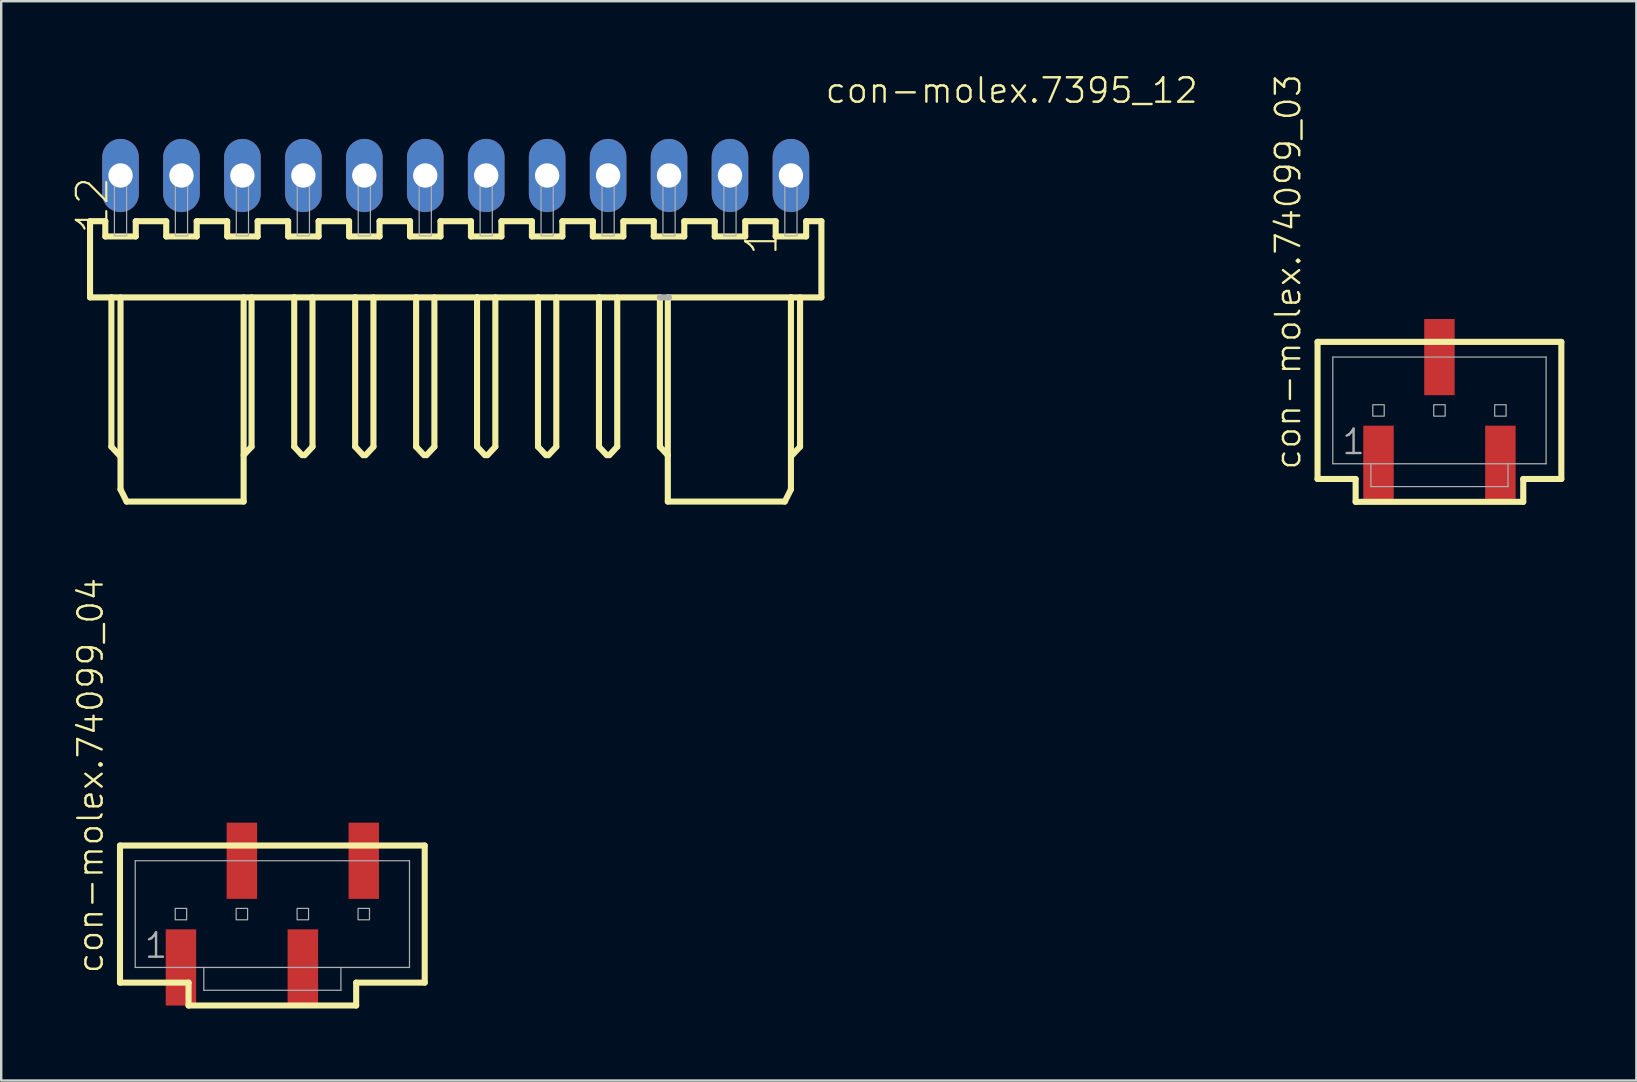
<source format=kicad_pcb>
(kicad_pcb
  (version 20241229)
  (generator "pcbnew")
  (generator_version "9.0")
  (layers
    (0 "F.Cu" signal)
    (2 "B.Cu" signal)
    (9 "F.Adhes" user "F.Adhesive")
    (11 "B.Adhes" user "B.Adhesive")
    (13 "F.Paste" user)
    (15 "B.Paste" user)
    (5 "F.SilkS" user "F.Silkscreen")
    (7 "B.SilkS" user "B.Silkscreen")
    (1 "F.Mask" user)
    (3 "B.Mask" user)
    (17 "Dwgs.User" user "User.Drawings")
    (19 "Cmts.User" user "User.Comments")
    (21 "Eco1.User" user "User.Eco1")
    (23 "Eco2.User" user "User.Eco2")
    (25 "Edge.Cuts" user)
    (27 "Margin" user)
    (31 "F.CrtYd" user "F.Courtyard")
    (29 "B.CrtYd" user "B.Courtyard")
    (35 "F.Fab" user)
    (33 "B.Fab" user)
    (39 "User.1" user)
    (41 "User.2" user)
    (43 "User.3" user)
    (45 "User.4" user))
  (footprint "con-molex.7395_12"
    (layer "F.Cu")
    (at 15.943 4.264)
    (property "Reference" "con-molex.7395_12" (at 15.34 -2.948 180) (layer "F.SilkS") (effects (font (size 1.016 1.016) (thickness 0.1)) (justify left bottom)))
    (attr through_hole)
    (fp_line (start -15.24 1.905) (end -15.24 5.08) (stroke (width 0.254) (type default)) (layer "F.SilkS"))
    (fp_line (start -15.24 5.08) (end -14.351 5.08) (stroke (width 0.254) (type default)) (layer "F.SilkS"))
    (fp_line (start -14.605 1.905) (end -15.24 1.905) (stroke (width 0.254) (type default)) (layer "F.SilkS"))
    (fp_line (start -14.605 2.54) (end -14.605 1.905) (stroke (width 0.254) (type default)) (layer "F.SilkS"))
    (fp_line (start -14.351 5.08) (end -14.351 11.303) (stroke (width 0.254) (type default)) (layer "F.SilkS"))
    (fp_line (start -14.351 5.08) (end -6.731 5.08) (stroke (width 0.254) (type default)) (layer "F.SilkS"))
    (fp_line (start -14.351 11.303) (end -14.021 11.659) (stroke (width 0.254) (type default)) (layer "F.SilkS"))
    (fp_line (start -13.97 5.08) (end -13.97 13.081) (stroke (width 0.254) (type default)) (layer "F.SilkS"))
    (fp_line (start -13.97 13.081) (end -13.716 13.589) (stroke (width 0.254) (type default)) (layer "F.SilkS"))
    (fp_line (start -13.716 13.589) (end -8.839 13.589) (stroke (width 0.254) (type default)) (layer "F.SilkS"))
    (fp_line (start -13.335 1.905) (end -13.335 2.54) (stroke (width 0.254) (type default)) (layer "F.SilkS"))
    (fp_line (start -13.335 2.54) (end -14.605 2.54) (stroke (width 0.254) (type default)) (layer "F.SilkS"))
    (fp_line (start -12.065 1.905) (end -13.335 1.905) (stroke (width 0.254) (type default)) (layer "F.SilkS"))
    (fp_line (start -12.065 2.54) (end -12.065 1.905) (stroke (width 0.254) (type default)) (layer "F.SilkS"))
    (fp_line (start -10.795 1.905) (end -10.795 2.54) (stroke (width 0.254) (type default)) (layer "F.SilkS"))
    (fp_line (start -10.795 2.54) (end -12.065 2.54) (stroke (width 0.254) (type default)) (layer "F.SilkS"))
    (fp_line (start -9.525 1.905) (end -10.795 1.905) (stroke (width 0.254) (type default)) (layer "F.SilkS"))
    (fp_line (start -9.525 2.54) (end -9.525 1.905) (stroke (width 0.254) (type default)) (layer "F.SilkS"))
    (fp_line (start -8.839 13.589) (end -8.839 5.08) (stroke (width 0.254) (type default)) (layer "F.SilkS"))
    (fp_line (start -8.509 5.08) (end -8.509 11.303) (stroke (width 0.254) (type default)) (layer "F.SilkS"))
    (fp_line (start -8.509 11.303) (end -8.839 11.659) (stroke (width 0.254) (type default)) (layer "F.SilkS"))
    (fp_line (start -8.255 1.905) (end -8.255 2.54) (stroke (width 0.254) (type default)) (layer "F.SilkS"))
    (fp_line (start -8.255 2.54) (end -9.525 2.54) (stroke (width 0.254) (type default)) (layer "F.SilkS"))
    (fp_line (start -6.985 1.905) (end -8.255 1.905) (stroke (width 0.254) (type default)) (layer "F.SilkS"))
    (fp_line (start -6.985 2.54) (end -6.985 1.905) (stroke (width 0.254) (type default)) (layer "F.SilkS"))
    (fp_line (start -6.731 5.08) (end -6.731 11.303) (stroke (width 0.254) (type default)) (layer "F.SilkS"))
    (fp_line (start -6.731 5.08) (end -4.191 5.08) (stroke (width 0.254) (type default)) (layer "F.SilkS"))
    (fp_line (start -6.731 11.303) (end -6.401 11.659) (stroke (width 0.254) (type default)) (layer "F.SilkS"))
    (fp_line (start -5.969 5.08) (end -5.969 11.303) (stroke (width 0.254) (type default)) (layer "F.SilkS"))
    (fp_line (start -5.969 11.303) (end -6.299 11.659) (stroke (width 0.254) (type default)) (layer "F.SilkS"))
    (fp_line (start -5.715 1.905) (end -5.715 2.54) (stroke (width 0.254) (type default)) (layer "F.SilkS"))
    (fp_line (start -5.715 2.54) (end -6.985 2.54) (stroke (width 0.254) (type default)) (layer "F.SilkS"))
    (fp_line (start -4.445 1.905) (end -5.715 1.905) (stroke (width 0.254) (type default)) (layer "F.SilkS"))
    (fp_line (start -4.445 2.54) (end -4.445 1.905) (stroke (width 0.254) (type default)) (layer "F.SilkS"))
    (fp_line (start -4.191 5.08) (end -4.191 11.303) (stroke (width 0.254) (type default)) (layer "F.SilkS"))
    (fp_line (start -4.191 5.08) (end -1.651 5.08) (stroke (width 0.254) (type default)) (layer "F.SilkS"))
    (fp_line (start -4.191 11.303) (end -3.861 11.659) (stroke (width 0.254) (type default)) (layer "F.SilkS"))
    (fp_line (start -3.429 5.08) (end -3.429 11.303) (stroke (width 0.254) (type default)) (layer "F.SilkS"))
    (fp_line (start -3.429 11.303) (end -3.759 11.659) (stroke (width 0.254) (type default)) (layer "F.SilkS"))
    (fp_line (start -3.175 1.905) (end -3.175 2.54) (stroke (width 0.254) (type default)) (layer "F.SilkS"))
    (fp_line (start -3.175 2.54) (end -4.445 2.54) (stroke (width 0.254) (type default)) (layer "F.SilkS"))
    (fp_line (start -1.905 1.905) (end -3.175 1.905) (stroke (width 0.254) (type default)) (layer "F.SilkS"))
    (fp_line (start -1.905 2.54) (end -1.905 1.905) (stroke (width 0.254) (type default)) (layer "F.SilkS"))
    (fp_line (start -1.651 5.08) (end -1.651 11.303) (stroke (width 0.254) (type default)) (layer "F.SilkS"))
    (fp_line (start -1.651 5.08) (end 0.889 5.08) (stroke (width 0.254) (type default)) (layer "F.SilkS"))
    (fp_line (start -1.651 11.303) (end -1.321 11.659) (stroke (width 0.254) (type default)) (layer "F.SilkS"))
    (fp_line (start -0.889 5.08) (end -0.889 11.303) (stroke (width 0.254) (type default)) (layer "F.SilkS"))
    (fp_line (start -0.889 11.303) (end -1.219 11.659) (stroke (width 0.254) (type default)) (layer "F.SilkS"))
    (fp_line (start -0.635 1.905) (end -0.635 2.54) (stroke (width 0.254) (type default)) (layer "F.SilkS"))
    (fp_line (start -0.635 2.54) (end -1.905 2.54) (stroke (width 0.254) (type default)) (layer "F.SilkS"))
    (fp_line (start 0.635 1.905) (end -0.635 1.905) (stroke (width 0.254) (type default)) (layer "F.SilkS"))
    (fp_line (start 0.635 2.54) (end 0.635 1.905) (stroke (width 0.254) (type default)) (layer "F.SilkS"))
    (fp_line (start 0.889 5.08) (end 0.889 11.303) (stroke (width 0.254) (type default)) (layer "F.SilkS"))
    (fp_line (start 0.889 5.08) (end 3.429 5.08) (stroke (width 0.254) (type default)) (layer "F.SilkS"))
    (fp_line (start 0.889 11.303) (end 1.219 11.659) (stroke (width 0.254) (type default)) (layer "F.SilkS"))
    (fp_line (start 1.651 5.08) (end 1.651 11.303) (stroke (width 0.254) (type default)) (layer "F.SilkS"))
    (fp_line (start 1.651 11.303) (end 1.321 11.659) (stroke (width 0.254) (type default)) (layer "F.SilkS"))
    (fp_line (start 1.905 1.905) (end 1.905 2.54) (stroke (width 0.254) (type default)) (layer "F.SilkS"))
    (fp_line (start 1.905 2.54) (end 0.635 2.54) (stroke (width 0.254) (type default)) (layer "F.SilkS"))
    (fp_line (start 3.175 1.905) (end 1.905 1.905) (stroke (width 0.254) (type default)) (layer "F.SilkS"))
    (fp_line (start 3.175 2.54) (end 3.175 1.905) (stroke (width 0.254) (type default)) (layer "F.SilkS"))
    (fp_line (start 3.429 5.08) (end 3.429 11.303) (stroke (width 0.254) (type default)) (layer "F.SilkS"))
    (fp_line (start 3.429 5.08) (end 5.969 5.08) (stroke (width 0.254) (type default)) (layer "F.SilkS"))
    (fp_line (start 3.429 11.303) (end 3.759 11.659) (stroke (width 0.254) (type default)) (layer "F.SilkS"))
    (fp_line (start 4.191 5.08) (end 4.191 11.303) (stroke (width 0.254) (type default)) (layer "F.SilkS"))
    (fp_line (start 4.191 11.303) (end 3.861 11.659) (stroke (width 0.254) (type default)) (layer "F.SilkS"))
    (fp_line (start 4.445 1.905) (end 4.445 2.54) (stroke (width 0.254) (type default)) (layer "F.SilkS"))
    (fp_line (start 4.445 2.54) (end 3.175 2.54) (stroke (width 0.254) (type default)) (layer "F.SilkS"))
    (fp_line (start 5.715 1.905) (end 4.445 1.905) (stroke (width 0.254) (type default)) (layer "F.SilkS"))
    (fp_line (start 5.715 2.54) (end 5.715 1.905) (stroke (width 0.254) (type default)) (layer "F.SilkS"))
    (fp_line (start 5.969 5.08) (end 5.969 11.303) (stroke (width 0.254) (type default)) (layer "F.SilkS"))
    (fp_line (start 5.969 5.08) (end 8.509 5.08) (stroke (width 0.254) (type default)) (layer "F.SilkS"))
    (fp_line (start 5.969 11.303) (end 6.299 11.659) (stroke (width 0.254) (type default)) (layer "F.SilkS"))
    (fp_line (start 6.731 5.08) (end 6.731 11.303) (stroke (width 0.254) (type default)) (layer "F.SilkS"))
    (fp_line (start 6.731 11.303) (end 6.401 11.659) (stroke (width 0.254) (type default)) (layer "F.SilkS"))
    (fp_line (start 6.985 1.905) (end 6.985 2.54) (stroke (width 0.254) (type default)) (layer "F.SilkS"))
    (fp_line (start 6.985 2.54) (end 5.715 2.54) (stroke (width 0.254) (type default)) (layer "F.SilkS"))
    (fp_line (start 8.255 1.905) (end 6.985 1.905) (stroke (width 0.254) (type default)) (layer "F.SilkS"))
    (fp_line (start 8.255 2.54) (end 8.255 1.905) (stroke (width 0.254) (type default)) (layer "F.SilkS"))
    (fp_line (start 8.509 5.08) (end 8.509 11.303) (stroke (width 0.254) (type default)) (layer "F.SilkS"))
    (fp_line (start 8.509 5.08) (end 8.839 5.08) (stroke (width 0.127) (type default)) (layer "F.SilkS"))
    (fp_line (start 8.509 11.303) (end 8.839 11.659) (stroke (width 0.254) (type default)) (layer "F.SilkS"))
    (fp_line (start 8.839 5.08) (end 13.97 5.08) (stroke (width 0.254) (type default)) (layer "F.SilkS"))
    (fp_line (start 8.839 11.659) (end 8.839 5.08) (stroke (width 0.254) (type default)) (layer "F.SilkS"))
    (fp_line (start 8.839 13.589) (end 8.839 11.659) (stroke (width 0.254) (type default)) (layer "F.SilkS"))
    (fp_line (start 9.525 1.905) (end 9.525 2.54) (stroke (width 0.254) (type default)) (layer "F.SilkS"))
    (fp_line (start 9.525 2.54) (end 8.255 2.54) (stroke (width 0.254) (type default)) (layer "F.SilkS"))
    (fp_line (start 10.795 1.905) (end 9.525 1.905) (stroke (width 0.254) (type default)) (layer "F.SilkS"))
    (fp_line (start 10.795 2.54) (end 10.795 1.905) (stroke (width 0.254) (type default)) (layer "F.SilkS"))
    (fp_line (start 12.065 1.905) (end 12.065 2.54) (stroke (width 0.254) (type default)) (layer "F.SilkS"))
    (fp_line (start 12.065 2.54) (end 10.795 2.54) (stroke (width 0.254) (type default)) (layer "F.SilkS"))
    (fp_line (start 13.335 1.905) (end 12.065 1.905) (stroke (width 0.254) (type default)) (layer "F.SilkS"))
    (fp_line (start 13.335 2.54) (end 13.335 1.905) (stroke (width 0.254) (type default)) (layer "F.SilkS"))
    (fp_line (start 13.716 13.589) (end 8.839 13.589) (stroke (width 0.254) (type default)) (layer "F.SilkS"))
    (fp_line (start 13.97 5.08) (end 13.97 13.081) (stroke (width 0.254) (type default)) (layer "F.SilkS"))
    (fp_line (start 13.97 5.08) (end 15.24 5.08) (stroke (width 0.254) (type default)) (layer "F.SilkS"))
    (fp_line (start 13.97 13.081) (end 13.716 13.589) (stroke (width 0.254) (type default)) (layer "F.SilkS"))
    (fp_line (start 14.351 5.08) (end 14.351 11.303) (stroke (width 0.254) (type default)) (layer "F.SilkS"))
    (fp_line (start 14.351 11.303) (end 14.021 11.659) (stroke (width 0.254) (type default)) (layer "F.SilkS"))
    (fp_line (start 14.605 1.905) (end 14.605 2.54) (stroke (width 0.254) (type default)) (layer "F.SilkS"))
    (fp_line (start 14.605 2.54) (end 13.335 2.54) (stroke (width 0.254) (type default)) (layer "F.SilkS"))
    (fp_line (start 15.24 1.905) (end 14.605 1.905) (stroke (width 0.254) (type default)) (layer "F.SilkS"))
    (fp_line (start 15.24 5.08) (end 15.24 1.905) (stroke (width 0.254) (type default)) (layer "F.SilkS"))
    (fp_line (start 8.89 5.08) (end 8.509 5.08) (stroke (width 0.254) (type default)) (layer "F.Fab"))
    (fp_rect (start -14.224 0.254) (end -13.716 -0.254) (stroke (width 0.05) (type default)) (fill no) (layer "F.Fab"))
    (fp_rect (start -14.224 2.515) (end -13.716 0.279) (stroke (width 0.05) (type default)) (fill no) (layer "F.Fab"))
    (fp_rect (start -11.684 0.254) (end -11.176 -0.254) (stroke (width 0.05) (type default)) (fill no) (layer "F.Fab"))
    (fp_rect (start -11.684 2.515) (end -11.176 0.279) (stroke (width 0.05) (type default)) (fill no) (layer "F.Fab"))
    (fp_rect (start -9.144 0.254) (end -8.636 -0.254) (stroke (width 0.05) (type default)) (fill no) (layer "F.Fab"))
    (fp_rect (start -9.144 2.515) (end -8.636 0.279) (stroke (width 0.05) (type default)) (fill no) (layer "F.Fab"))
    (fp_rect (start -6.604 0.254) (end -6.096 -0.254) (stroke (width 0.05) (type default)) (fill no) (layer "F.Fab"))
    (fp_rect (start -6.604 2.515) (end -6.096 0.279) (stroke (width 0.05) (type default)) (fill no) (layer "F.Fab"))
    (fp_rect (start -4.064 0.254) (end -3.556 -0.254) (stroke (width 0.05) (type default)) (fill no) (layer "F.Fab"))
    (fp_rect (start -4.064 2.515) (end -3.556 0.279) (stroke (width 0.05) (type default)) (fill no) (layer "F.Fab"))
    (fp_rect (start -1.524 0.254) (end -1.016 -0.254) (stroke (width 0.05) (type default)) (fill no) (layer "F.Fab"))
    (fp_rect (start -1.524 2.515) (end -1.016 0.279) (stroke (width 0.05) (type default)) (fill no) (layer "F.Fab"))
    (fp_rect (start 1.016 0.254) (end 1.524 -0.254) (stroke (width 0.05) (type default)) (fill no) (layer "F.Fab"))
    (fp_rect (start 1.016 2.515) (end 1.524 0.279) (stroke (width 0.05) (type default)) (fill no) (layer "F.Fab"))
    (fp_rect (start 3.556 0.254) (end 4.064 -0.254) (stroke (width 0.05) (type default)) (fill no) (layer "F.Fab"))
    (fp_rect (start 3.556 2.515) (end 4.064 0.279) (stroke (width 0.05) (type default)) (fill no) (layer "F.Fab"))
    (fp_rect (start 6.096 0.254) (end 6.604 -0.254) (stroke (width 0.05) (type default)) (fill no) (layer "F.Fab"))
    (fp_rect (start 6.096 2.515) (end 6.604 0.279) (stroke (width 0.05) (type default)) (fill no) (layer "F.Fab"))
    (fp_rect (start 8.636 0.254) (end 9.144 -0.254) (stroke (width 0.05) (type default)) (fill no) (layer "F.Fab"))
    (fp_rect (start 8.636 2.515) (end 9.144 0.279) (stroke (width 0.05) (type default)) (fill no) (layer "F.Fab"))
    (fp_rect (start 11.176 0.254) (end 11.684 -0.254) (stroke (width 0.05) (type default)) (fill no) (layer "F.Fab"))
    (fp_rect (start 11.176 2.515) (end 11.684 0.279) (stroke (width 0.05) (type default)) (fill no) (layer "F.Fab"))
    (fp_rect (start 13.716 0.254) (end 14.224 -0.254) (stroke (width 0.05) (type default)) (fill no) (layer "F.Fab"))
    (fp_rect (start 13.716 2.515) (end 14.224 0.279) (stroke (width 0.05) (type default)) (fill no) (layer "F.Fab"))
    (fp_text user "12" (at -14.403 2.513 270) (layer "F.SilkS") (effects (font (size 1.27 1.27) (thickness 0.09)) (justify left bottom)))
    (fp_text user "1" (at 13.486 3.402 270) (layer "F.SilkS") (effects (font (size 1.27 1.27) (thickness 0.09)) (justify left bottom)))
    (pad "1" thru_hole oval (at 13.97 0 90) (size 3.048 1.524) (drill 1.016) (layers "*.Cu" "*.Mask"))
    (pad "2" thru_hole oval (at 11.43 0 90) (size 3.048 1.524) (drill 1.016) (layers "*.Cu" "*.Mask"))
    (pad "3" thru_hole oval (at 8.89 0 90) (size 3.048 1.524) (drill 1.016) (layers "*.Cu" "*.Mask"))
    (pad "4" thru_hole oval (at 6.35 0 90) (size 3.048 1.524) (drill 1.016) (layers "*.Cu" "*.Mask"))
    (pad "5" thru_hole oval (at 3.81 0 90) (size 3.048 1.524) (drill 1.016) (layers "*.Cu" "*.Mask"))
    (pad "6" thru_hole oval (at 1.27 0 90) (size 3.048 1.524) (drill 1.016) (layers "*.Cu" "*.Mask"))
    (pad "7" thru_hole oval (at -1.27 0 90) (size 3.048 1.524) (drill 1.016) (layers "*.Cu" "*.Mask"))
    (pad "8" thru_hole oval (at -3.81 0 90) (size 3.048 1.524) (drill 1.016) (layers "*.Cu" "*.Mask"))
    (pad "9" thru_hole oval (at -6.35 0 90) (size 3.048 1.524) (drill 1.016) (layers "*.Cu" "*.Mask"))
    (pad "10" thru_hole oval (at -8.89 0 90) (size 3.048 1.524) (drill 1.016) (layers "*.Cu" "*.Mask"))
    (pad "11" thru_hole oval (at -11.43 0 90) (size 3.048 1.524) (drill 1.016) (layers "*.Cu" "*.Mask"))
    (pad "12" thru_hole oval (at -13.97 0 90) (size 3.048 1.524) (drill 1.016) (layers "*.Cu" "*.Mask")))
  (footprint "con-molex.74099_04"
    (layer "F.Cu")
    (at 8.301 35.046)
    (property "Reference" "con-molex.74099_04" (at -6.985 2.54 90) (layer "F.SilkS") (effects (font (size 1.016 1.016) (thickness 0.1)) (justify left bottom)))
    (attr smd)
    (fp_line (start -6.35 -2.857) (end -6.35 2.857) (stroke (width 0.254) (type default)) (layer "F.SilkS"))
    (fp_line (start -6.35 2.857) (end -3.493 2.857) (stroke (width 0.254) (type default)) (layer "F.SilkS"))
    (fp_line (start -3.493 2.857) (end -3.493 3.81) (stroke (width 0.254) (type default)) (layer "F.SilkS"))
    (fp_line (start -3.493 3.81) (end 3.493 3.81) (stroke (width 0.254) (type default)) (layer "F.SilkS"))
    (fp_line (start 3.493 2.857) (end 6.35 2.857) (stroke (width 0.254) (type default)) (layer "F.SilkS"))
    (fp_line (start 3.493 3.81) (end 3.493 2.857) (stroke (width 0.254) (type default)) (layer "F.SilkS"))
    (fp_line (start 6.35 -2.857) (end -6.35 -2.857) (stroke (width 0.254) (type default)) (layer "F.SilkS"))
    (fp_line (start 6.35 2.857) (end 6.35 -2.857) (stroke (width 0.254) (type default)) (layer "F.SilkS"))
    (fp_line (start -5.715 -2.223) (end -5.715 2.223) (stroke (width 0.051) (type default)) (layer "F.Fab"))
    (fp_line (start -5.715 -2.223) (end 5.715 -2.223) (stroke (width 0.051) (type default)) (layer "F.Fab"))
    (fp_line (start -5.715 2.223) (end -2.857 2.223) (stroke (width 0.051) (type default)) (layer "F.Fab"))
    (fp_line (start -2.857 2.223) (end -2.857 3.175) (stroke (width 0.051) (type default)) (layer "F.Fab"))
    (fp_line (start -2.857 2.223) (end 2.857 2.223) (stroke (width 0.051) (type default)) (layer "F.Fab"))
    (fp_line (start 2.857 2.223) (end 2.857 3.175) (stroke (width 0.051) (type default)) (layer "F.Fab"))
    (fp_line (start 2.857 2.223) (end 5.715 2.223) (stroke (width 0.051) (type default)) (layer "F.Fab"))
    (fp_line (start 2.857 3.175) (end -2.857 3.175) (stroke (width 0.051) (type default)) (layer "F.Fab"))
    (fp_line (start 5.715 -2.223) (end 5.715 2.223) (stroke (width 0.051) (type default)) (layer "F.Fab"))
    (fp_rect (start -4.048 0.238) (end -3.572 -0.238) (stroke (width 0.05) (type default)) (fill no) (layer "F.Fab"))
    (fp_rect (start -1.508 0.238) (end -1.032 -0.238) (stroke (width 0.05) (type default)) (fill no) (layer "F.Fab"))
    (fp_rect (start 1.032 0.238) (end 1.508 -0.238) (stroke (width 0.05) (type default)) (fill no) (layer "F.Fab"))
    (fp_rect (start 3.572 0.238) (end 4.048 -0.238) (stroke (width 0.05) (type default)) (fill no) (layer "F.Fab"))
    (fp_text user "1" (at -5.397 1.905 0) (layer "F.Fab") (effects (font (size 1.016 1.016) (thickness 0.1)) (justify left bottom)))
    (pad "1" smd roundrect (at -3.81 2.223 270) (size 3.175 1.27) (layers "F.Cu" "F.Mask" "F.Paste") (roundrect_rratio 0.01))
    (pad "2" smd roundrect (at -1.27 -2.223 270) (size 3.175 1.27) (layers "F.Cu" "F.Mask" "F.Paste") (roundrect_rratio 0.01))
    (pad "3" smd roundrect (at 1.27 2.223 270) (size 3.175 1.27) (layers "F.Cu" "F.Mask" "F.Paste") (roundrect_rratio 0.01))
    (pad "4" smd roundrect (at 3.81 -2.223 270) (size 3.175 1.27) (layers "F.Cu" "F.Mask" "F.Paste") (roundrect_rratio 0.01)))
  (footprint "con-molex.74099_03"
    (layer "F.Cu")
    (at 56.941 14.055)
    (property "Reference" "con-molex.74099_03" (at -5.715 2.54 90) (layer "F.SilkS") (effects (font (size 1.016 1.016) (thickness 0.1)) (justify left bottom)))
    (attr smd)
    (fp_line (start -5.08 -2.857) (end -5.08 2.857) (stroke (width 0.254) (type default)) (layer "F.SilkS"))
    (fp_line (start -5.08 2.857) (end -3.493 2.857) (stroke (width 0.254) (type default)) (layer "F.SilkS"))
    (fp_line (start -3.493 2.857) (end -3.493 3.81) (stroke (width 0.254) (type default)) (layer "F.SilkS"))
    (fp_line (start -3.493 3.81) (end 3.493 3.81) (stroke (width 0.254) (type default)) (layer "F.SilkS"))
    (fp_line (start 3.493 2.857) (end 5.08 2.857) (stroke (width 0.254) (type default)) (layer "F.SilkS"))
    (fp_line (start 3.493 3.81) (end 3.493 2.857) (stroke (width 0.254) (type default)) (layer "F.SilkS"))
    (fp_line (start 5.08 -2.857) (end -5.08 -2.857) (stroke (width 0.254) (type default)) (layer "F.SilkS"))
    (fp_line (start 5.08 2.857) (end 5.08 -2.857) (stroke (width 0.254) (type default)) (layer "F.SilkS"))
    (fp_line (start -4.445 -2.223) (end -4.445 2.223) (stroke (width 0.051) (type default)) (layer "F.Fab"))
    (fp_line (start -4.445 -2.223) (end 4.445 -2.223) (stroke (width 0.051) (type default)) (layer "F.Fab"))
    (fp_line (start -4.445 2.223) (end -2.857 2.223) (stroke (width 0.051) (type default)) (layer "F.Fab"))
    (fp_line (start -2.857 2.223) (end -2.857 3.175) (stroke (width 0.051) (type default)) (layer "F.Fab"))
    (fp_line (start -2.857 2.223) (end 2.857 2.223) (stroke (width 0.051) (type default)) (layer "F.Fab"))
    (fp_line (start 2.857 2.223) (end 2.857 3.175) (stroke (width 0.051) (type default)) (layer "F.Fab"))
    (fp_line (start 2.857 2.223) (end 4.445 2.223) (stroke (width 0.051) (type default)) (layer "F.Fab"))
    (fp_line (start 2.857 3.175) (end -2.857 3.175) (stroke (width 0.051) (type default)) (layer "F.Fab"))
    (fp_line (start 4.445 -2.223) (end 4.445 2.223) (stroke (width 0.051) (type default)) (layer "F.Fab"))
    (fp_rect (start -2.778 0.238) (end -2.302 -0.238) (stroke (width 0.05) (type default)) (fill no) (layer "F.Fab"))
    (fp_rect (start -0.238 0.238) (end 0.238 -0.238) (stroke (width 0.05) (type default)) (fill no) (layer "F.Fab"))
    (fp_rect (start 2.302 0.238) (end 2.778 -0.238) (stroke (width 0.05) (type default)) (fill no) (layer "F.Fab"))
    (fp_text user "1" (at -4.128 1.905 0) (layer "F.Fab") (effects (font (size 1.016 1.016) (thickness 0.1)) (justify left bottom)))
    (pad "1" smd roundrect (at -2.54 2.223 270) (size 3.175 1.27) (layers "F.Cu" "F.Mask" "F.Paste") (roundrect_rratio 0.01))
    (pad "2" smd roundrect (at 0 -2.223 270) (size 3.175 1.27) (layers "F.Cu" "F.Mask" "F.Paste") (roundrect_rratio 0.01))
    (pad "3" smd roundrect (at 2.54 2.223 270) (size 3.175 1.27) (layers "F.Cu" "F.Mask" "F.Paste") (roundrect_rratio 0.01)))
  (gr_rect
    (start -3 -3)
    (end 65.148 41.983)
    (stroke (width 0.1) (type default))
    (fill no)
    (layer "Edge.Cuts")))
</source>
